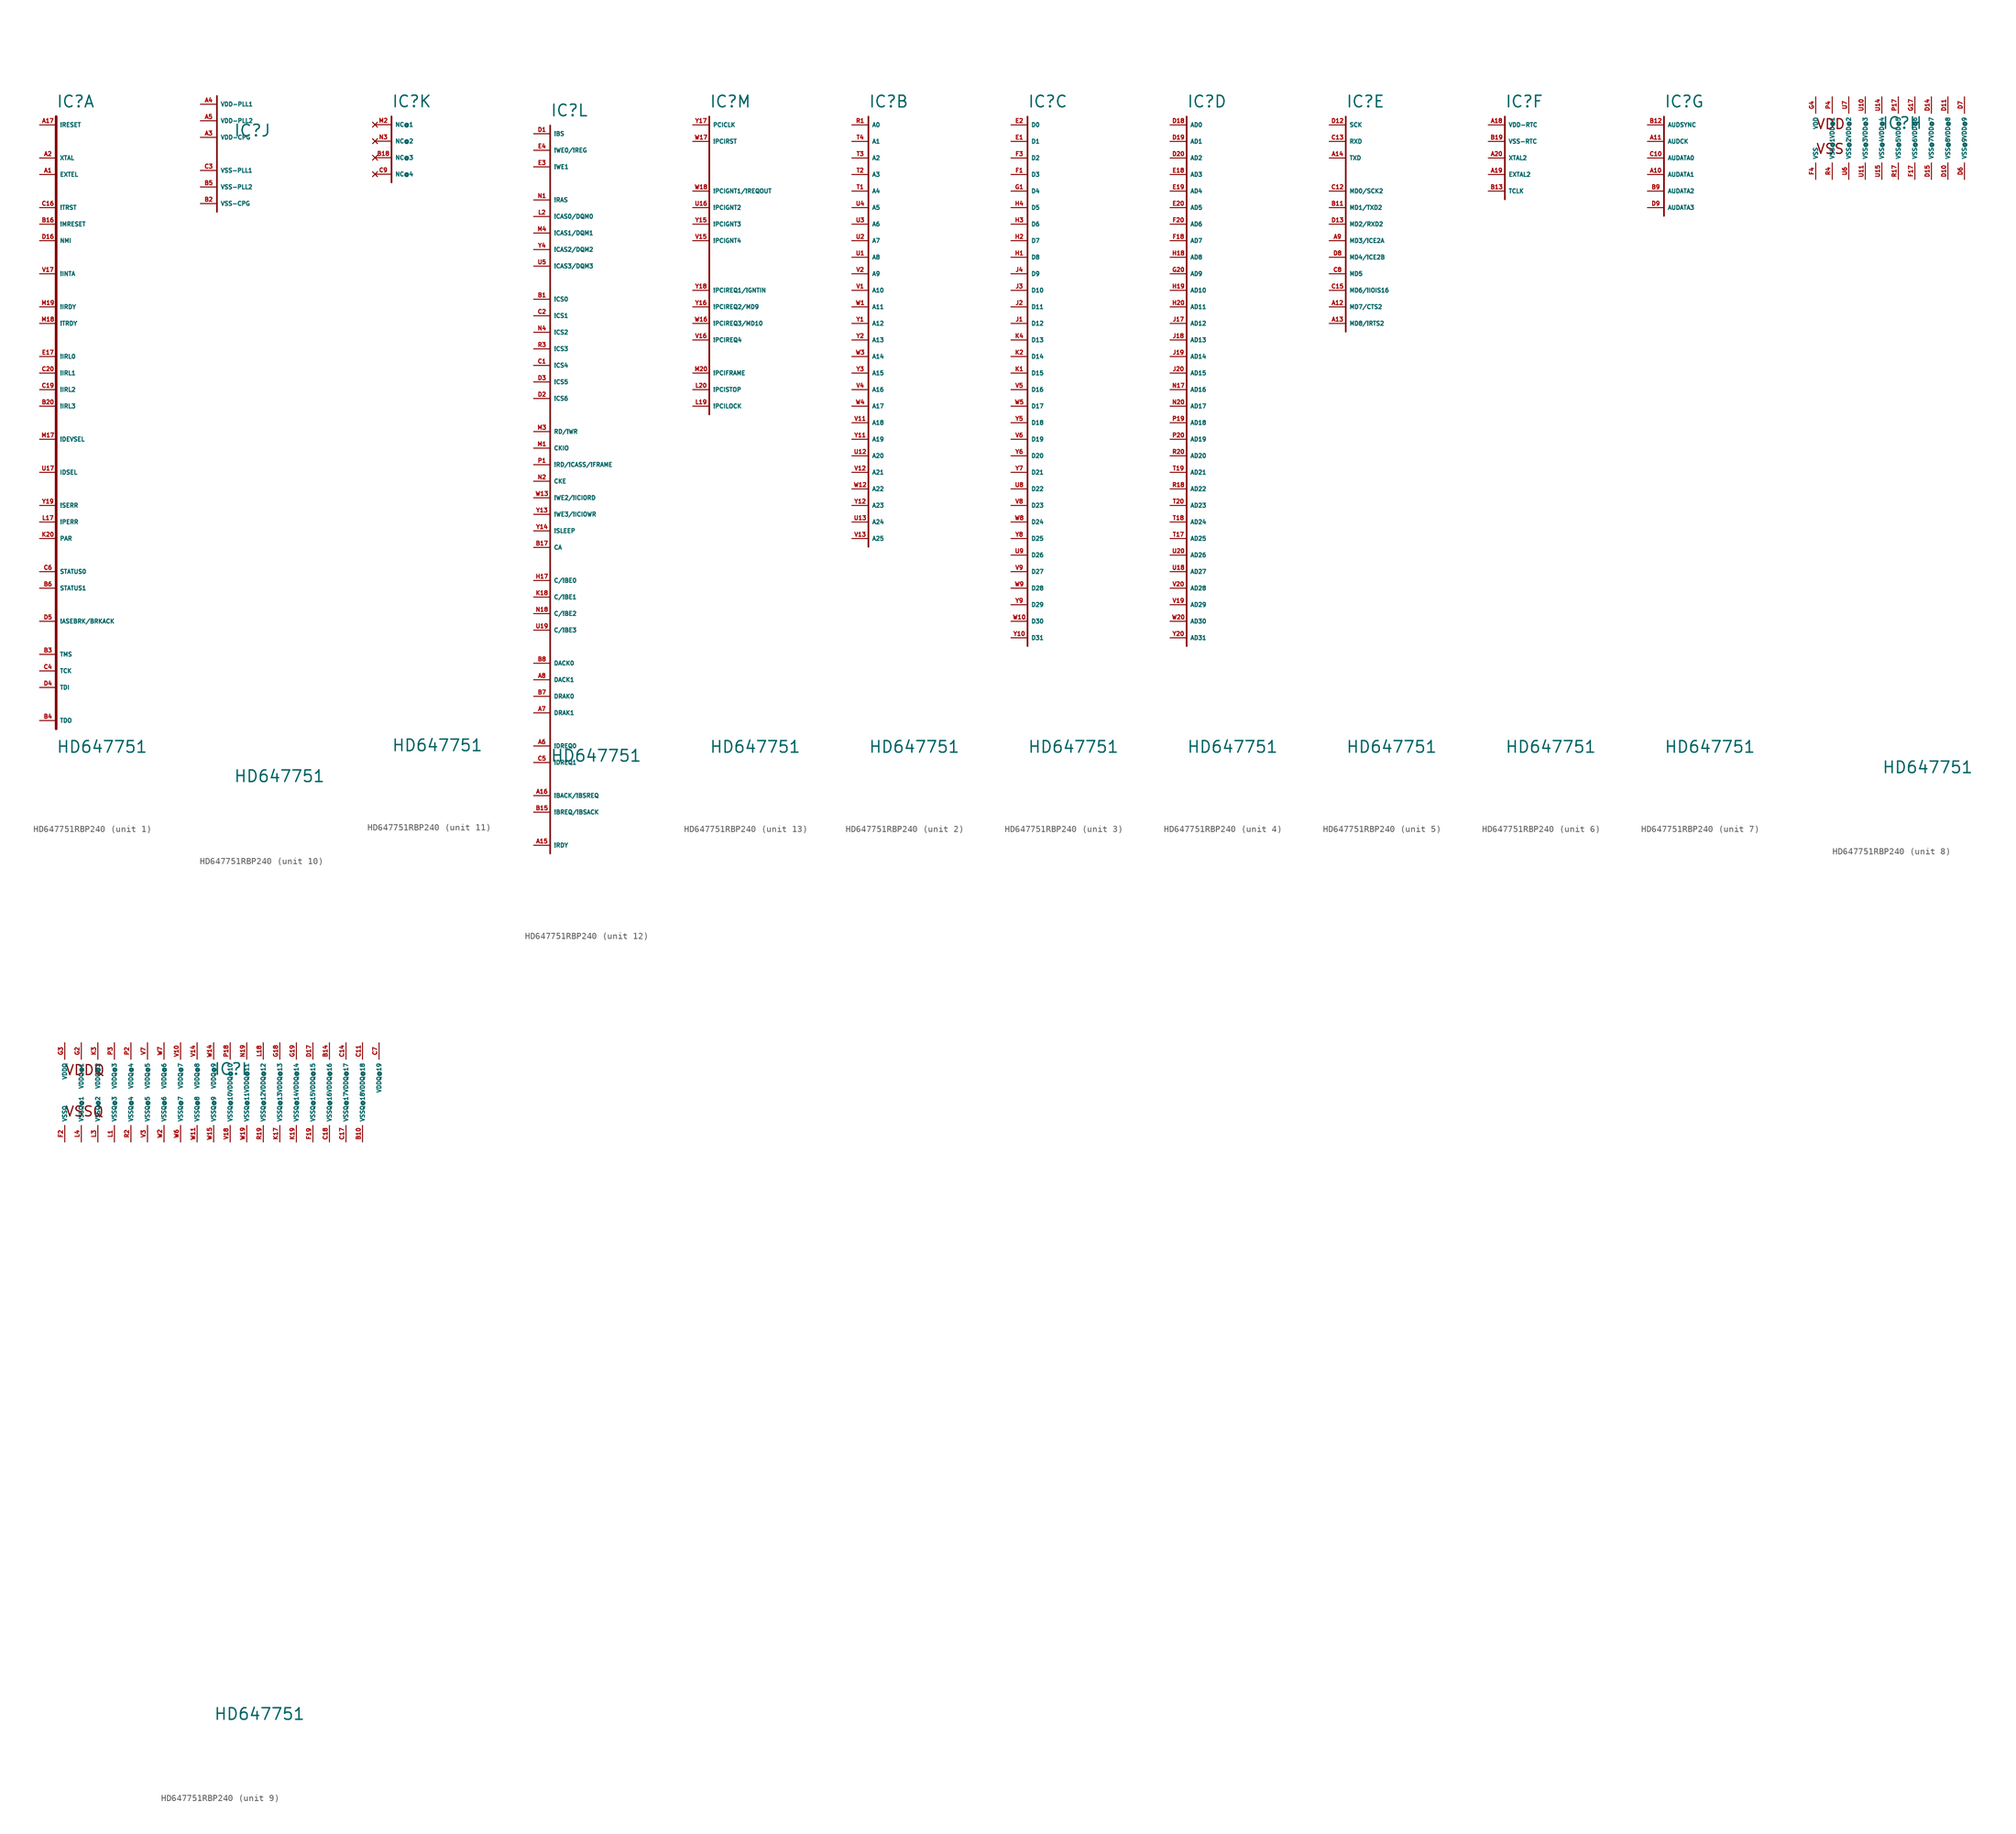
<source format=kicad_sym>
(kicad_symbol_lib
  (version 20220914)
  (generator Eagle2Kicad)
  (symbol "HD647751RBP240"
    (property "Reference" "IC"
      (at 0 2.54 0)
      (effects (font (size 1.778 1.778) (thickness 0.22)) (justify left bottom)))
    (property "Value" "HD647751"
      (at 0 -96.52 0)
      (effects (font (size 1.778 1.778) (thickness 0.22)) (justify left bottom)))
    (symbol "HD647751RBP240_1_0"
      (polyline (pts (xy 0 1.27) (xy 0 -92.71)) (stroke (width 0.406) (type default)) (fill (type none)))
      (pin input line (at -2.54 -81.28 0) (length 2.54) (name "TMS" (effects (font (size 0.635 0.635) (thickness 0.08)) (justify left bottom))) (number "B3" (effects (font (size 0.635 0.635) (thickness 0.08)) (justify left bottom))))
      (pin input line (at -2.54 -83.82 0) (length 2.54) (name "TCK" (effects (font (size 0.635 0.635) (thickness 0.08)) (justify left bottom))) (number "C4" (effects (font (size 0.635 0.635) (thickness 0.08)) (justify left bottom))))
      (pin input line (at -2.54 -86.36 0) (length 2.54) (name "TDI" (effects (font (size 0.635 0.635) (thickness 0.08)) (justify left bottom))) (number "D4" (effects (font (size 0.635 0.635) (thickness 0.08)) (justify left bottom))))
      (pin input line (at -2.54 -53.34 0) (length 2.54) (name "IDSEL" (effects (font (size 0.635 0.635) (thickness 0.08)) (justify left bottom))) (number "U17" (effects (font (size 0.635 0.635) (thickness 0.08)) (justify left bottom))))
      (pin output line (at -2.54 -22.86 0) (length 2.54) (name "!INTA" (effects (font (size 0.635 0.635) (thickness 0.08)) (justify left bottom))) (number "V17" (effects (font (size 0.635 0.635) (thickness 0.08)) (justify left bottom))))
      (pin bidirectional line (at -2.54 -58.42 0) (length 2.54) (name "!SERR" (effects (font (size 0.635 0.635) (thickness 0.08)) (justify left bottom))) (number "Y19" (effects (font (size 0.635 0.635) (thickness 0.08)) (justify left bottom))))
      (pin bidirectional line (at -2.54 -27.94 0) (length 2.54) (name "!IRDY" (effects (font (size 0.635 0.635) (thickness 0.08)) (justify left bottom))) (number "M19" (effects (font (size 0.635 0.635) (thickness 0.08)) (justify left bottom))))
      (pin bidirectional line (at -2.54 -30.48 0) (length 2.54) (name "!TRDY" (effects (font (size 0.635 0.635) (thickness 0.08)) (justify left bottom))) (number "M18" (effects (font (size 0.635 0.635) (thickness 0.08)) (justify left bottom))))
      (pin bidirectional line (at -2.54 -48.26 0) (length 2.54) (name "!DEVSEL" (effects (font (size 0.635 0.635) (thickness 0.08)) (justify left bottom))) (number "M17" (effects (font (size 0.635 0.635) (thickness 0.08)) (justify left bottom))))
      (pin bidirectional line (at -2.54 -60.96 0) (length 2.54) (name "!PERR" (effects (font (size 0.635 0.635) (thickness 0.08)) (justify left bottom))) (number "L17" (effects (font (size 0.635 0.635) (thickness 0.08)) (justify left bottom))))
      (pin bidirectional line (at -2.54 -63.5 0) (length 2.54) (name "PAR" (effects (font (size 0.635 0.635) (thickness 0.08)) (justify left bottom))) (number "K20" (effects (font (size 0.635 0.635) (thickness 0.08)) (justify left bottom))))
      (pin input line (at -2.54 -35.56 0) (length 2.54) (name "!IRL0" (effects (font (size 0.635 0.635) (thickness 0.08)) (justify left bottom))) (number "E17" (effects (font (size 0.635 0.635) (thickness 0.08)) (justify left bottom))))
      (pin input line (at -2.54 -38.1 0) (length 2.54) (name "!IRL1" (effects (font (size 0.635 0.635) (thickness 0.08)) (justify left bottom))) (number "C20" (effects (font (size 0.635 0.635) (thickness 0.08)) (justify left bottom))))
      (pin input line (at -2.54 -40.64 0) (length 2.54) (name "!IRL2" (effects (font (size 0.635 0.635) (thickness 0.08)) (justify left bottom))) (number "C19" (effects (font (size 0.635 0.635) (thickness 0.08)) (justify left bottom))))
      (pin input line (at -2.54 -43.18 0) (length 2.54) (name "!IRL3" (effects (font (size 0.635 0.635) (thickness 0.08)) (justify left bottom))) (number "B20" (effects (font (size 0.635 0.635) (thickness 0.08)) (justify left bottom))))
      (pin input line (at -2.54 0 0) (length 2.54) (name "!RESET" (effects (font (size 0.635 0.635) (thickness 0.08)) (justify left bottom))) (number "A17" (effects (font (size 0.635 0.635) (thickness 0.08)) (justify left bottom))))
      (pin input line (at -2.54 -12.7 0) (length 2.54) (name "!TRST" (effects (font (size 0.635 0.635) (thickness 0.08)) (justify left bottom))) (number "C16" (effects (font (size 0.635 0.635) (thickness 0.08)) (justify left bottom))))
      (pin input line (at -2.54 -15.24 0) (length 2.54) (name "!MRESET" (effects (font (size 0.635 0.635) (thickness 0.08)) (justify left bottom))) (number "B16" (effects (font (size 0.635 0.635) (thickness 0.08)) (justify left bottom))))
      (pin input line (at -2.54 -17.78 0) (length 2.54) (name "NMI" (effects (font (size 0.635 0.635) (thickness 0.08)) (justify left bottom))) (number "D16" (effects (font (size 0.635 0.635) (thickness 0.08)) (justify left bottom))))
      (pin output line (at -2.54 -68.58 0) (length 2.54) (name "STATUS0" (effects (font (size 0.635 0.635) (thickness 0.08)) (justify left bottom))) (number "C6" (effects (font (size 0.635 0.635) (thickness 0.08)) (justify left bottom))))
      (pin output line (at -2.54 -71.12 0) (length 2.54) (name "STATUS1" (effects (font (size 0.635 0.635) (thickness 0.08)) (justify left bottom))) (number "B6" (effects (font (size 0.635 0.635) (thickness 0.08)) (justify left bottom))))
      (pin bidirectional line (at -2.54 -76.2 0) (length 2.54) (name "!ASEBRK/BRKACK" (effects (font (size 0.635 0.635) (thickness 0.08)) (justify left bottom))) (number "D5" (effects (font (size 0.635 0.635) (thickness 0.08)) (justify left bottom))))
      (pin output line (at -2.54 -91.44 0) (length 2.54) (name "TDO" (effects (font (size 0.635 0.635) (thickness 0.08)) (justify left bottom))) (number "B4" (effects (font (size 0.635 0.635) (thickness 0.08)) (justify left bottom))))
      (pin output line (at -2.54 -5.08 0) (length 2.54) (name "XTAL" (effects (font (size 0.635 0.635) (thickness 0.08)) (justify left bottom))) (number "A2" (effects (font (size 0.635 0.635) (thickness 0.08)) (justify left bottom))))
      (pin input line (at -2.54 -7.62 0) (length 2.54) (name "EXTEL" (effects (font (size 0.635 0.635) (thickness 0.08)) (justify left bottom))) (number "A1" (effects (font (size 0.635 0.635) (thickness 0.08)) (justify left bottom)))))
    (symbol "HD647751RBP240_2_0"
      (polyline (pts (xy 0 1.27) (xy 0 -64.77)) (stroke (width 0.254) (type default)) (fill (type none)))
      (pin output line (at -2.54 0 0) (length 2.54) (name "A0" (effects (font (size 0.635 0.635) (thickness 0.08)) (justify left bottom))) (number "R1" (effects (font (size 0.635 0.635) (thickness 0.08)) (justify left bottom))))
      (pin output line (at -2.54 -2.54 0) (length 2.54) (name "A1" (effects (font (size 0.635 0.635) (thickness 0.08)) (justify left bottom))) (number "T4" (effects (font (size 0.635 0.635) (thickness 0.08)) (justify left bottom))))
      (pin output line (at -2.54 -5.08 0) (length 2.54) (name "A2" (effects (font (size 0.635 0.635) (thickness 0.08)) (justify left bottom))) (number "T3" (effects (font (size 0.635 0.635) (thickness 0.08)) (justify left bottom))))
      (pin output line (at -2.54 -7.62 0) (length 2.54) (name "A3" (effects (font (size 0.635 0.635) (thickness 0.08)) (justify left bottom))) (number "T2" (effects (font (size 0.635 0.635) (thickness 0.08)) (justify left bottom))))
      (pin output line (at -2.54 -10.16 0) (length 2.54) (name "A4" (effects (font (size 0.635 0.635) (thickness 0.08)) (justify left bottom))) (number "T1" (effects (font (size 0.635 0.635) (thickness 0.08)) (justify left bottom))))
      (pin output line (at -2.54 -12.7 0) (length 2.54) (name "A5" (effects (font (size 0.635 0.635) (thickness 0.08)) (justify left bottom))) (number "U4" (effects (font (size 0.635 0.635) (thickness 0.08)) (justify left bottom))))
      (pin output line (at -2.54 -15.24 0) (length 2.54) (name "A6" (effects (font (size 0.635 0.635) (thickness 0.08)) (justify left bottom))) (number "U3" (effects (font (size 0.635 0.635) (thickness 0.08)) (justify left bottom))))
      (pin output line (at -2.54 -17.78 0) (length 2.54) (name "A7" (effects (font (size 0.635 0.635) (thickness 0.08)) (justify left bottom))) (number "U2" (effects (font (size 0.635 0.635) (thickness 0.08)) (justify left bottom))))
      (pin output line (at -2.54 -20.32 0) (length 2.54) (name "A8" (effects (font (size 0.635 0.635) (thickness 0.08)) (justify left bottom))) (number "U1" (effects (font (size 0.635 0.635) (thickness 0.08)) (justify left bottom))))
      (pin output line (at -2.54 -22.86 0) (length 2.54) (name "A9" (effects (font (size 0.635 0.635) (thickness 0.08)) (justify left bottom))) (number "V2" (effects (font (size 0.635 0.635) (thickness 0.08)) (justify left bottom))))
      (pin output line (at -2.54 -25.4 0) (length 2.54) (name "A10" (effects (font (size 0.635 0.635) (thickness 0.08)) (justify left bottom))) (number "V1" (effects (font (size 0.635 0.635) (thickness 0.08)) (justify left bottom))))
      (pin output line (at -2.54 -27.94 0) (length 2.54) (name "A11" (effects (font (size 0.635 0.635) (thickness 0.08)) (justify left bottom))) (number "W1" (effects (font (size 0.635 0.635) (thickness 0.08)) (justify left bottom))))
      (pin output line (at -2.54 -30.48 0) (length 2.54) (name "A12" (effects (font (size 0.635 0.635) (thickness 0.08)) (justify left bottom))) (number "Y1" (effects (font (size 0.635 0.635) (thickness 0.08)) (justify left bottom))))
      (pin output line (at -2.54 -33.02 0) (length 2.54) (name "A13" (effects (font (size 0.635 0.635) (thickness 0.08)) (justify left bottom))) (number "Y2" (effects (font (size 0.635 0.635) (thickness 0.08)) (justify left bottom))))
      (pin output line (at -2.54 -35.56 0) (length 2.54) (name "A14" (effects (font (size 0.635 0.635) (thickness 0.08)) (justify left bottom))) (number "W3" (effects (font (size 0.635 0.635) (thickness 0.08)) (justify left bottom))))
      (pin output line (at -2.54 -38.1 0) (length 2.54) (name "A15" (effects (font (size 0.635 0.635) (thickness 0.08)) (justify left bottom))) (number "Y3" (effects (font (size 0.635 0.635) (thickness 0.08)) (justify left bottom))))
      (pin output line (at -2.54 -40.64 0) (length 2.54) (name "A16" (effects (font (size 0.635 0.635) (thickness 0.08)) (justify left bottom))) (number "V4" (effects (font (size 0.635 0.635) (thickness 0.08)) (justify left bottom))))
      (pin output line (at -2.54 -43.18 0) (length 2.54) (name "A17" (effects (font (size 0.635 0.635) (thickness 0.08)) (justify left bottom))) (number "W4" (effects (font (size 0.635 0.635) (thickness 0.08)) (justify left bottom))))
      (pin output line (at -2.54 -45.72 0) (length 2.54) (name "A18" (effects (font (size 0.635 0.635) (thickness 0.08)) (justify left bottom))) (number "V11" (effects (font (size 0.635 0.635) (thickness 0.08)) (justify left bottom))))
      (pin output line (at -2.54 -48.26 0) (length 2.54) (name "A19" (effects (font (size 0.635 0.635) (thickness 0.08)) (justify left bottom))) (number "Y11" (effects (font (size 0.635 0.635) (thickness 0.08)) (justify left bottom))))
      (pin output line (at -2.54 -50.8 0) (length 2.54) (name "A20" (effects (font (size 0.635 0.635) (thickness 0.08)) (justify left bottom))) (number "U12" (effects (font (size 0.635 0.635) (thickness 0.08)) (justify left bottom))))
      (pin output line (at -2.54 -53.34 0) (length 2.54) (name "A21" (effects (font (size 0.635 0.635) (thickness 0.08)) (justify left bottom))) (number "V12" (effects (font (size 0.635 0.635) (thickness 0.08)) (justify left bottom))))
      (pin output line (at -2.54 -55.88 0) (length 2.54) (name "A22" (effects (font (size 0.635 0.635) (thickness 0.08)) (justify left bottom))) (number "W12" (effects (font (size 0.635 0.635) (thickness 0.08)) (justify left bottom))))
      (pin output line (at -2.54 -58.42 0) (length 2.54) (name "A23" (effects (font (size 0.635 0.635) (thickness 0.08)) (justify left bottom))) (number "Y12" (effects (font (size 0.635 0.635) (thickness 0.08)) (justify left bottom))))
      (pin output line (at -2.54 -60.96 0) (length 2.54) (name "A24" (effects (font (size 0.635 0.635) (thickness 0.08)) (justify left bottom))) (number "U13" (effects (font (size 0.635 0.635) (thickness 0.08)) (justify left bottom))))
      (pin output line (at -2.54 -63.5 0) (length 2.54) (name "A25" (effects (font (size 0.635 0.635) (thickness 0.08)) (justify left bottom))) (number "V13" (effects (font (size 0.635 0.635) (thickness 0.08)) (justify left bottom)))))
    (symbol "HD647751RBP240_3_0"
      (polyline (pts (xy 0 1.27) (xy 0 -80.01)) (stroke (width 0.254) (type default)) (fill (type none)))
      (pin bidirectional line (at -2.54 0 0) (length 2.54) (name "D0" (effects (font (size 0.635 0.635) (thickness 0.08)) (justify left bottom))) (number "E2" (effects (font (size 0.635 0.635) (thickness 0.08)) (justify left bottom))))
      (pin bidirectional line (at -2.54 -2.54 0) (length 2.54) (name "D1" (effects (font (size 0.635 0.635) (thickness 0.08)) (justify left bottom))) (number "E1" (effects (font (size 0.635 0.635) (thickness 0.08)) (justify left bottom))))
      (pin bidirectional line (at -2.54 -5.08 0) (length 2.54) (name "D2" (effects (font (size 0.635 0.635) (thickness 0.08)) (justify left bottom))) (number "F3" (effects (font (size 0.635 0.635) (thickness 0.08)) (justify left bottom))))
      (pin bidirectional line (at -2.54 -7.62 0) (length 2.54) (name "D3" (effects (font (size 0.635 0.635) (thickness 0.08)) (justify left bottom))) (number "F1" (effects (font (size 0.635 0.635) (thickness 0.08)) (justify left bottom))))
      (pin bidirectional line (at -2.54 -10.16 0) (length 2.54) (name "D4" (effects (font (size 0.635 0.635) (thickness 0.08)) (justify left bottom))) (number "G1" (effects (font (size 0.635 0.635) (thickness 0.08)) (justify left bottom))))
      (pin bidirectional line (at -2.54 -12.7 0) (length 2.54) (name "D5" (effects (font (size 0.635 0.635) (thickness 0.08)) (justify left bottom))) (number "H4" (effects (font (size 0.635 0.635) (thickness 0.08)) (justify left bottom))))
      (pin bidirectional line (at -2.54 -15.24 0) (length 2.54) (name "D6" (effects (font (size 0.635 0.635) (thickness 0.08)) (justify left bottom))) (number "H3" (effects (font (size 0.635 0.635) (thickness 0.08)) (justify left bottom))))
      (pin bidirectional line (at -2.54 -17.78 0) (length 2.54) (name "D7" (effects (font (size 0.635 0.635) (thickness 0.08)) (justify left bottom))) (number "H2" (effects (font (size 0.635 0.635) (thickness 0.08)) (justify left bottom))))
      (pin bidirectional line (at -2.54 -20.32 0) (length 2.54) (name "D8" (effects (font (size 0.635 0.635) (thickness 0.08)) (justify left bottom))) (number "H1" (effects (font (size 0.635 0.635) (thickness 0.08)) (justify left bottom))))
      (pin bidirectional line (at -2.54 -22.86 0) (length 2.54) (name "D9" (effects (font (size 0.635 0.635) (thickness 0.08)) (justify left bottom))) (number "J4" (effects (font (size 0.635 0.635) (thickness 0.08)) (justify left bottom))))
      (pin bidirectional line (at -2.54 -25.4 0) (length 2.54) (name "D10" (effects (font (size 0.635 0.635) (thickness 0.08)) (justify left bottom))) (number "J3" (effects (font (size 0.635 0.635) (thickness 0.08)) (justify left bottom))))
      (pin bidirectional line (at -2.54 -27.94 0) (length 2.54) (name "D11" (effects (font (size 0.635 0.635) (thickness 0.08)) (justify left bottom))) (number "J2" (effects (font (size 0.635 0.635) (thickness 0.08)) (justify left bottom))))
      (pin bidirectional line (at -2.54 -30.48 0) (length 2.54) (name "D12" (effects (font (size 0.635 0.635) (thickness 0.08)) (justify left bottom))) (number "J1" (effects (font (size 0.635 0.635) (thickness 0.08)) (justify left bottom))))
      (pin bidirectional line (at -2.54 -33.02 0) (length 2.54) (name "D13" (effects (font (size 0.635 0.635) (thickness 0.08)) (justify left bottom))) (number "K4" (effects (font (size 0.635 0.635) (thickness 0.08)) (justify left bottom))))
      (pin bidirectional line (at -2.54 -35.56 0) (length 2.54) (name "D14" (effects (font (size 0.635 0.635) (thickness 0.08)) (justify left bottom))) (number "K2" (effects (font (size 0.635 0.635) (thickness 0.08)) (justify left bottom))))
      (pin bidirectional line (at -2.54 -38.1 0) (length 2.54) (name "D15" (effects (font (size 0.635 0.635) (thickness 0.08)) (justify left bottom))) (number "K1" (effects (font (size 0.635 0.635) (thickness 0.08)) (justify left bottom))))
      (pin bidirectional line (at -2.54 -40.64 0) (length 2.54) (name "D16" (effects (font (size 0.635 0.635) (thickness 0.08)) (justify left bottom))) (number "V5" (effects (font (size 0.635 0.635) (thickness 0.08)) (justify left bottom))))
      (pin bidirectional line (at -2.54 -43.18 0) (length 2.54) (name "D17" (effects (font (size 0.635 0.635) (thickness 0.08)) (justify left bottom))) (number "W5" (effects (font (size 0.635 0.635) (thickness 0.08)) (justify left bottom))))
      (pin bidirectional line (at -2.54 -45.72 0) (length 2.54) (name "D18" (effects (font (size 0.635 0.635) (thickness 0.08)) (justify left bottom))) (number "Y5" (effects (font (size 0.635 0.635) (thickness 0.08)) (justify left bottom))))
      (pin bidirectional line (at -2.54 -48.26 0) (length 2.54) (name "D19" (effects (font (size 0.635 0.635) (thickness 0.08)) (justify left bottom))) (number "V6" (effects (font (size 0.635 0.635) (thickness 0.08)) (justify left bottom))))
      (pin bidirectional line (at -2.54 -50.8 0) (length 2.54) (name "D20" (effects (font (size 0.635 0.635) (thickness 0.08)) (justify left bottom))) (number "Y6" (effects (font (size 0.635 0.635) (thickness 0.08)) (justify left bottom))))
      (pin bidirectional line (at -2.54 -53.34 0) (length 2.54) (name "D21" (effects (font (size 0.635 0.635) (thickness 0.08)) (justify left bottom))) (number "Y7" (effects (font (size 0.635 0.635) (thickness 0.08)) (justify left bottom))))
      (pin bidirectional line (at -2.54 -55.88 0) (length 2.54) (name "D22" (effects (font (size 0.635 0.635) (thickness 0.08)) (justify left bottom))) (number "U8" (effects (font (size 0.635 0.635) (thickness 0.08)) (justify left bottom))))
      (pin bidirectional line (at -2.54 -58.42 0) (length 2.54) (name "D23" (effects (font (size 0.635 0.635) (thickness 0.08)) (justify left bottom))) (number "V8" (effects (font (size 0.635 0.635) (thickness 0.08)) (justify left bottom))))
      (pin bidirectional line (at -2.54 -60.96 0) (length 2.54) (name "D24" (effects (font (size 0.635 0.635) (thickness 0.08)) (justify left bottom))) (number "W8" (effects (font (size 0.635 0.635) (thickness 0.08)) (justify left bottom))))
      (pin bidirectional line (at -2.54 -63.5 0) (length 2.54) (name "D25" (effects (font (size 0.635 0.635) (thickness 0.08)) (justify left bottom))) (number "Y8" (effects (font (size 0.635 0.635) (thickness 0.08)) (justify left bottom))))
      (pin bidirectional line (at -2.54 -66.04 0) (length 2.54) (name "D26" (effects (font (size 0.635 0.635) (thickness 0.08)) (justify left bottom))) (number "U9" (effects (font (size 0.635 0.635) (thickness 0.08)) (justify left bottom))))
      (pin bidirectional line (at -2.54 -68.58 0) (length 2.54) (name "D27" (effects (font (size 0.635 0.635) (thickness 0.08)) (justify left bottom))) (number "V9" (effects (font (size 0.635 0.635) (thickness 0.08)) (justify left bottom))))
      (pin bidirectional line (at -2.54 -71.12 0) (length 2.54) (name "D28" (effects (font (size 0.635 0.635) (thickness 0.08)) (justify left bottom))) (number "W9" (effects (font (size 0.635 0.635) (thickness 0.08)) (justify left bottom))))
      (pin bidirectional line (at -2.54 -73.66 0) (length 2.54) (name "D29" (effects (font (size 0.635 0.635) (thickness 0.08)) (justify left bottom))) (number "Y9" (effects (font (size 0.635 0.635) (thickness 0.08)) (justify left bottom))))
      (pin bidirectional line (at -2.54 -76.2 0) (length 2.54) (name "D30" (effects (font (size 0.635 0.635) (thickness 0.08)) (justify left bottom))) (number "W10" (effects (font (size 0.635 0.635) (thickness 0.08)) (justify left bottom))))
      (pin bidirectional line (at -2.54 -78.74 0) (length 2.54) (name "D31" (effects (font (size 0.635 0.635) (thickness 0.08)) (justify left bottom))) (number "Y10" (effects (font (size 0.635 0.635) (thickness 0.08)) (justify left bottom)))))
    (symbol "HD647751RBP240_4_0"
      (polyline (pts (xy 0 1.27) (xy 0 -80.01)) (stroke (width 0.254) (type default)) (fill (type none)))
      (pin bidirectional line (at -2.54 0 0) (length 2.54) (name "AD0" (effects (font (size 0.635 0.635) (thickness 0.08)) (justify left bottom))) (number "D18" (effects (font (size 0.635 0.635) (thickness 0.08)) (justify left bottom))))
      (pin bidirectional line (at -2.54 -2.54 0) (length 2.54) (name "AD1" (effects (font (size 0.635 0.635) (thickness 0.08)) (justify left bottom))) (number "D19" (effects (font (size 0.635 0.635) (thickness 0.08)) (justify left bottom))))
      (pin bidirectional line (at -2.54 -5.08 0) (length 2.54) (name "AD2" (effects (font (size 0.635 0.635) (thickness 0.08)) (justify left bottom))) (number "D20" (effects (font (size 0.635 0.635) (thickness 0.08)) (justify left bottom))))
      (pin bidirectional line (at -2.54 -7.62 0) (length 2.54) (name "AD3" (effects (font (size 0.635 0.635) (thickness 0.08)) (justify left bottom))) (number "E18" (effects (font (size 0.635 0.635) (thickness 0.08)) (justify left bottom))))
      (pin bidirectional line (at -2.54 -10.16 0) (length 2.54) (name "AD4" (effects (font (size 0.635 0.635) (thickness 0.08)) (justify left bottom))) (number "E19" (effects (font (size 0.635 0.635) (thickness 0.08)) (justify left bottom))))
      (pin bidirectional line (at -2.54 -12.7 0) (length 2.54) (name "AD5" (effects (font (size 0.635 0.635) (thickness 0.08)) (justify left bottom))) (number "E20" (effects (font (size 0.635 0.635) (thickness 0.08)) (justify left bottom))))
      (pin bidirectional line (at -2.54 -15.24 0) (length 2.54) (name "AD6" (effects (font (size 0.635 0.635) (thickness 0.08)) (justify left bottom))) (number "F20" (effects (font (size 0.635 0.635) (thickness 0.08)) (justify left bottom))))
      (pin bidirectional line (at -2.54 -17.78 0) (length 2.54) (name "AD7" (effects (font (size 0.635 0.635) (thickness 0.08)) (justify left bottom))) (number "F18" (effects (font (size 0.635 0.635) (thickness 0.08)) (justify left bottom))))
      (pin bidirectional line (at -2.54 -20.32 0) (length 2.54) (name "AD8" (effects (font (size 0.635 0.635) (thickness 0.08)) (justify left bottom))) (number "H18" (effects (font (size 0.635 0.635) (thickness 0.08)) (justify left bottom))))
      (pin bidirectional line (at -2.54 -22.86 0) (length 2.54) (name "AD9" (effects (font (size 0.635 0.635) (thickness 0.08)) (justify left bottom))) (number "G20" (effects (font (size 0.635 0.635) (thickness 0.08)) (justify left bottom))))
      (pin bidirectional line (at -2.54 -25.4 0) (length 2.54) (name "AD10" (effects (font (size 0.635 0.635) (thickness 0.08)) (justify left bottom))) (number "H19" (effects (font (size 0.635 0.635) (thickness 0.08)) (justify left bottom))))
      (pin bidirectional line (at -2.54 -27.94 0) (length 2.54) (name "AD11" (effects (font (size 0.635 0.635) (thickness 0.08)) (justify left bottom))) (number "H20" (effects (font (size 0.635 0.635) (thickness 0.08)) (justify left bottom))))
      (pin bidirectional line (at -2.54 -30.48 0) (length 2.54) (name "AD12" (effects (font (size 0.635 0.635) (thickness 0.08)) (justify left bottom))) (number "J17" (effects (font (size 0.635 0.635) (thickness 0.08)) (justify left bottom))))
      (pin bidirectional line (at -2.54 -33.02 0) (length 2.54) (name "AD13" (effects (font (size 0.635 0.635) (thickness 0.08)) (justify left bottom))) (number "J18" (effects (font (size 0.635 0.635) (thickness 0.08)) (justify left bottom))))
      (pin bidirectional line (at -2.54 -35.56 0) (length 2.54) (name "AD14" (effects (font (size 0.635 0.635) (thickness 0.08)) (justify left bottom))) (number "J19" (effects (font (size 0.635 0.635) (thickness 0.08)) (justify left bottom))))
      (pin bidirectional line (at -2.54 -38.1 0) (length 2.54) (name "AD15" (effects (font (size 0.635 0.635) (thickness 0.08)) (justify left bottom))) (number "J20" (effects (font (size 0.635 0.635) (thickness 0.08)) (justify left bottom))))
      (pin bidirectional line (at -2.54 -40.64 0) (length 2.54) (name "AD16" (effects (font (size 0.635 0.635) (thickness 0.08)) (justify left bottom))) (number "N17" (effects (font (size 0.635 0.635) (thickness 0.08)) (justify left bottom))))
      (pin bidirectional line (at -2.54 -43.18 0) (length 2.54) (name "AD17" (effects (font (size 0.635 0.635) (thickness 0.08)) (justify left bottom))) (number "N20" (effects (font (size 0.635 0.635) (thickness 0.08)) (justify left bottom))))
      (pin bidirectional line (at -2.54 -45.72 0) (length 2.54) (name "AD18" (effects (font (size 0.635 0.635) (thickness 0.08)) (justify left bottom))) (number "P19" (effects (font (size 0.635 0.635) (thickness 0.08)) (justify left bottom))))
      (pin bidirectional line (at -2.54 -48.26 0) (length 2.54) (name "AD19" (effects (font (size 0.635 0.635) (thickness 0.08)) (justify left bottom))) (number "P20" (effects (font (size 0.635 0.635) (thickness 0.08)) (justify left bottom))))
      (pin bidirectional line (at -2.54 -50.8 0) (length 2.54) (name "AD20" (effects (font (size 0.635 0.635) (thickness 0.08)) (justify left bottom))) (number "R20" (effects (font (size 0.635 0.635) (thickness 0.08)) (justify left bottom))))
      (pin bidirectional line (at -2.54 -53.34 0) (length 2.54) (name "AD21" (effects (font (size 0.635 0.635) (thickness 0.08)) (justify left bottom))) (number "T19" (effects (font (size 0.635 0.635) (thickness 0.08)) (justify left bottom))))
      (pin bidirectional line (at -2.54 -55.88 0) (length 2.54) (name "AD22" (effects (font (size 0.635 0.635) (thickness 0.08)) (justify left bottom))) (number "R18" (effects (font (size 0.635 0.635) (thickness 0.08)) (justify left bottom))))
      (pin bidirectional line (at -2.54 -58.42 0) (length 2.54) (name "AD23" (effects (font (size 0.635 0.635) (thickness 0.08)) (justify left bottom))) (number "T20" (effects (font (size 0.635 0.635) (thickness 0.08)) (justify left bottom))))
      (pin bidirectional line (at -2.54 -60.96 0) (length 2.54) (name "AD24" (effects (font (size 0.635 0.635) (thickness 0.08)) (justify left bottom))) (number "T18" (effects (font (size 0.635 0.635) (thickness 0.08)) (justify left bottom))))
      (pin bidirectional line (at -2.54 -63.5 0) (length 2.54) (name "AD25" (effects (font (size 0.635 0.635) (thickness 0.08)) (justify left bottom))) (number "T17" (effects (font (size 0.635 0.635) (thickness 0.08)) (justify left bottom))))
      (pin bidirectional line (at -2.54 -66.04 0) (length 2.54) (name "AD26" (effects (font (size 0.635 0.635) (thickness 0.08)) (justify left bottom))) (number "U20" (effects (font (size 0.635 0.635) (thickness 0.08)) (justify left bottom))))
      (pin bidirectional line (at -2.54 -68.58 0) (length 2.54) (name "AD27" (effects (font (size 0.635 0.635) (thickness 0.08)) (justify left bottom))) (number "U18" (effects (font (size 0.635 0.635) (thickness 0.08)) (justify left bottom))))
      (pin bidirectional line (at -2.54 -71.12 0) (length 2.54) (name "AD28" (effects (font (size 0.635 0.635) (thickness 0.08)) (justify left bottom))) (number "V20" (effects (font (size 0.635 0.635) (thickness 0.08)) (justify left bottom))))
      (pin bidirectional line (at -2.54 -73.66 0) (length 2.54) (name "AD29" (effects (font (size 0.635 0.635) (thickness 0.08)) (justify left bottom))) (number "V19" (effects (font (size 0.635 0.635) (thickness 0.08)) (justify left bottom))))
      (pin bidirectional line (at -2.54 -76.2 0) (length 2.54) (name "AD30" (effects (font (size 0.635 0.635) (thickness 0.08)) (justify left bottom))) (number "W20" (effects (font (size 0.635 0.635) (thickness 0.08)) (justify left bottom))))
      (pin bidirectional line (at -2.54 -78.74 0) (length 2.54) (name "AD31" (effects (font (size 0.635 0.635) (thickness 0.08)) (justify left bottom))) (number "Y20" (effects (font (size 0.635 0.635) (thickness 0.08)) (justify left bottom)))))
    (symbol "HD647751RBP240_5_0"
      (polyline (pts (xy 0 1.27) (xy 0 -31.75)) (stroke (width 0.254) (type default)) (fill (type none)))
      (pin output line (at -2.54 -5.08 0) (length 2.54) (name "TXD" (effects (font (size 0.635 0.635) (thickness 0.08)) (justify left bottom))) (number "A14" (effects (font (size 0.635 0.635) (thickness 0.08)) (justify left bottom))))
      (pin input line (at -2.54 -15.24 0) (length 2.54) (name "MD2/RXD2" (effects (font (size 0.635 0.635) (thickness 0.08)) (justify left bottom))) (number "D13" (effects (font (size 0.635 0.635) (thickness 0.08)) (justify left bottom))))
      (pin input line (at -2.54 -2.54 0) (length 2.54) (name "RXD" (effects (font (size 0.635 0.635) (thickness 0.08)) (justify left bottom))) (number "C13" (effects (font (size 0.635 0.635) (thickness 0.08)) (justify left bottom))))
      (pin bidirectional line (at -2.54 -30.48 0) (length 2.54) (name "MD8/!RTS2" (effects (font (size 0.635 0.635) (thickness 0.08)) (justify left bottom))) (number "A13" (effects (font (size 0.635 0.635) (thickness 0.08)) (justify left bottom))))
      (pin bidirectional line (at -2.54 0 0) (length 2.54) (name "SCK" (effects (font (size 0.635 0.635) (thickness 0.08)) (justify left bottom))) (number "D12" (effects (font (size 0.635 0.635) (thickness 0.08)) (justify left bottom))))
      (pin bidirectional line (at -2.54 -12.7 0) (length 2.54) (name "MD1/TXD2" (effects (font (size 0.635 0.635) (thickness 0.08)) (justify left bottom))) (number "B11" (effects (font (size 0.635 0.635) (thickness 0.08)) (justify left bottom))))
      (pin bidirectional line (at -2.54 -10.16 0) (length 2.54) (name "MD0/SCK2" (effects (font (size 0.635 0.635) (thickness 0.08)) (justify left bottom))) (number "C12" (effects (font (size 0.635 0.635) (thickness 0.08)) (justify left bottom))))
      (pin bidirectional line (at -2.54 -27.94 0) (length 2.54) (name "MD7/CTS2" (effects (font (size 0.635 0.635) (thickness 0.08)) (justify left bottom))) (number "A12" (effects (font (size 0.635 0.635) (thickness 0.08)) (justify left bottom))))
      (pin bidirectional line (at -2.54 -17.78 0) (length 2.54) (name "MD3/!CE2A" (effects (font (size 0.635 0.635) (thickness 0.08)) (justify left bottom))) (number "A9" (effects (font (size 0.635 0.635) (thickness 0.08)) (justify left bottom))))
      (pin bidirectional line (at -2.54 -20.32 0) (length 2.54) (name "MD4/!CE2B" (effects (font (size 0.635 0.635) (thickness 0.08)) (justify left bottom))) (number "D8" (effects (font (size 0.635 0.635) (thickness 0.08)) (justify left bottom))))
      (pin input line (at -2.54 -22.86 0) (length 2.54) (name "MD5" (effects (font (size 0.635 0.635) (thickness 0.08)) (justify left bottom))) (number "C8" (effects (font (size 0.635 0.635) (thickness 0.08)) (justify left bottom))))
      (pin input line (at -2.54 -25.4 0) (length 2.54) (name "MD6/!IOIS16" (effects (font (size 0.635 0.635) (thickness 0.08)) (justify left bottom))) (number "C15" (effects (font (size 0.635 0.635) (thickness 0.08)) (justify left bottom)))))
    (symbol "HD647751RBP240_6_0"
      (polyline (pts (xy 0 1.27) (xy 0 -11.43)) (stroke (width 0.254) (type default)) (fill (type none)))
      (pin output line (at -2.54 -5.08 0) (length 2.54) (name "XTAL2" (effects (font (size 0.635 0.635) (thickness 0.08)) (justify left bottom))) (number "A20" (effects (font (size 0.635 0.635) (thickness 0.08)) (justify left bottom))))
      (pin input line (at -2.54 -7.62 0) (length 2.54) (name "EXTAL2" (effects (font (size 0.635 0.635) (thickness 0.08)) (justify left bottom))) (number "A19" (effects (font (size 0.635 0.635) (thickness 0.08)) (justify left bottom))))
      (pin unspecified line (at -2.54 0 0) (length 2.54) (name "VDD-RTC" (effects (font (size 0.635 0.635) (thickness 0.08)) (justify left bottom))) (number "A18" (effects (font (size 0.635 0.635) (thickness 0.08)) (justify left bottom))))
      (pin unspecified line (at -2.54 -2.54 0) (length 2.54) (name "VSS-RTC" (effects (font (size 0.635 0.635) (thickness 0.08)) (justify left bottom))) (number "B19" (effects (font (size 0.635 0.635) (thickness 0.08)) (justify left bottom))))
      (pin bidirectional line (at -2.54 -10.16 0) (length 2.54) (name "TCLK" (effects (font (size 0.635 0.635) (thickness 0.08)) (justify left bottom))) (number "B13" (effects (font (size 0.635 0.635) (thickness 0.08)) (justify left bottom)))))
    (symbol "HD647751RBP240_7_0"
      (polyline (pts (xy 0 1.27) (xy 0 -13.97)) (stroke (width 0.254) (type default)) (fill (type none)))
      (pin passive line (at -2.54 0 0) (length 2.54) (name "AUDSYNC" (effects (font (size 0.635 0.635) (thickness 0.08)) (justify left bottom))) (number "B12" (effects (font (size 0.635 0.635) (thickness 0.08)) (justify left bottom))))
      (pin passive line (at -2.54 -2.54 0) (length 2.54) (name "AUDCK" (effects (font (size 0.635 0.635) (thickness 0.08)) (justify left bottom))) (number "A11" (effects (font (size 0.635 0.635) (thickness 0.08)) (justify left bottom))))
      (pin passive line (at -2.54 -5.08 0) (length 2.54) (name "AUDATA0" (effects (font (size 0.635 0.635) (thickness 0.08)) (justify left bottom))) (number "C10" (effects (font (size 0.635 0.635) (thickness 0.08)) (justify left bottom))))
      (pin passive line (at -2.54 -7.62 0) (length 2.54) (name "AUDATA1" (effects (font (size 0.635 0.635) (thickness 0.08)) (justify left bottom))) (number "A10" (effects (font (size 0.635 0.635) (thickness 0.08)) (justify left bottom))))
      (pin passive line (at -2.54 -10.16 0) (length 2.54) (name "AUDATA2" (effects (font (size 0.635 0.635) (thickness 0.08)) (justify left bottom))) (number "B9" (effects (font (size 0.635 0.635) (thickness 0.08)) (justify left bottom))))
      (pin passive line (at -2.54 -12.7 0) (length 2.54) (name "AUDATA3" (effects (font (size 0.635 0.635) (thickness 0.08)) (justify left bottom))) (number "D9" (effects (font (size 0.635 0.635) (thickness 0.08)) (justify left bottom)))))
    (symbol "HD647751RBP240_8_0"
      (text "VDD" (at -10.16 2.54 0) (effects (font (size 1.524 1.524) (thickness 0.19)) (justify left bottom)))
      (text "VSS" (at -10.16 -1.27 0) (effects (font (size 1.524 1.524) (thickness 0.19)) (justify left bottom)))
      (pin unspecified line (at -10.16 7.62 270) (length 2.54) (name "VDD" (effects (font (size 0.635 0.635) (thickness 0.08)) (justify left bottom))) (number "G4" (effects (font (size 0.635 0.635) (thickness 0.08)) (justify left bottom))))
      (pin unspecified line (at -10.16 -5.08 90) (length 2.54) (name "VSS" (effects (font (size 0.635 0.635) (thickness 0.08)) (justify left bottom))) (number "F4" (effects (font (size 0.635 0.635) (thickness 0.08)) (justify left bottom))))
      (pin unspecified line (at -7.62 7.62 270) (length 2.54) (name "VDD@1" (effects (font (size 0.635 0.635) (thickness 0.08)) (justify left bottom))) (number "P4" (effects (font (size 0.635 0.635) (thickness 0.08)) (justify left bottom))))
      (pin unspecified line (at -7.62 -5.08 90) (length 2.54) (name "VSS@1" (effects (font (size 0.635 0.635) (thickness 0.08)) (justify left bottom))) (number "R4" (effects (font (size 0.635 0.635) (thickness 0.08)) (justify left bottom))))
      (pin unspecified line (at -5.08 7.62 270) (length 2.54) (name "VDD@2" (effects (font (size 0.635 0.635) (thickness 0.08)) (justify left bottom))) (number "U7" (effects (font (size 0.635 0.635) (thickness 0.08)) (justify left bottom))))
      (pin unspecified line (at -5.08 -5.08 90) (length 2.54) (name "VSS@2" (effects (font (size 0.635 0.635) (thickness 0.08)) (justify left bottom))) (number "U6" (effects (font (size 0.635 0.635) (thickness 0.08)) (justify left bottom))))
      (pin unspecified line (at -2.54 7.62 270) (length 2.54) (name "VDD@3" (effects (font (size 0.635 0.635) (thickness 0.08)) (justify left bottom))) (number "U10" (effects (font (size 0.635 0.635) (thickness 0.08)) (justify left bottom))))
      (pin unspecified line (at -2.54 -5.08 90) (length 2.54) (name "VSS@3" (effects (font (size 0.635 0.635) (thickness 0.08)) (justify left bottom))) (number "U11" (effects (font (size 0.635 0.635) (thickness 0.08)) (justify left bottom))))
      (pin unspecified line (at 0 7.62 270) (length 2.54) (name "VDD@4" (effects (font (size 0.635 0.635) (thickness 0.08)) (justify left bottom))) (number "U14" (effects (font (size 0.635 0.635) (thickness 0.08)) (justify left bottom))))
      (pin unspecified line (at 0 -5.08 90) (length 2.54) (name "VSS@4" (effects (font (size 0.635 0.635) (thickness 0.08)) (justify left bottom))) (number "U15" (effects (font (size 0.635 0.635) (thickness 0.08)) (justify left bottom))))
      (pin unspecified line (at 2.54 7.62 270) (length 2.54) (name "VDD@5" (effects (font (size 0.635 0.635) (thickness 0.08)) (justify left bottom))) (number "P17" (effects (font (size 0.635 0.635) (thickness 0.08)) (justify left bottom))))
      (pin unspecified line (at 2.54 -5.08 90) (length 2.54) (name "VSS@5" (effects (font (size 0.635 0.635) (thickness 0.08)) (justify left bottom))) (number "R17" (effects (font (size 0.635 0.635) (thickness 0.08)) (justify left bottom))))
      (pin unspecified line (at 5.08 7.62 270) (length 2.54) (name "VDD@6" (effects (font (size 0.635 0.635) (thickness 0.08)) (justify left bottom))) (number "G17" (effects (font (size 0.635 0.635) (thickness 0.08)) (justify left bottom))))
      (pin unspecified line (at 5.08 -5.08 90) (length 2.54) (name "VSS@6" (effects (font (size 0.635 0.635) (thickness 0.08)) (justify left bottom))) (number "F17" (effects (font (size 0.635 0.635) (thickness 0.08)) (justify left bottom))))
      (pin unspecified line (at 7.62 7.62 270) (length 2.54) (name "VDD@7" (effects (font (size 0.635 0.635) (thickness 0.08)) (justify left bottom))) (number "D14" (effects (font (size 0.635 0.635) (thickness 0.08)) (justify left bottom))))
      (pin unspecified line (at 7.62 -5.08 90) (length 2.54) (name "VSS@7" (effects (font (size 0.635 0.635) (thickness 0.08)) (justify left bottom))) (number "D15" (effects (font (size 0.635 0.635) (thickness 0.08)) (justify left bottom))))
      (pin unspecified line (at 10.16 7.62 270) (length 2.54) (name "VDD@8" (effects (font (size 0.635 0.635) (thickness 0.08)) (justify left bottom))) (number "D11" (effects (font (size 0.635 0.635) (thickness 0.08)) (justify left bottom))))
      (pin unspecified line (at 10.16 -5.08 90) (length 2.54) (name "VSS@8" (effects (font (size 0.635 0.635) (thickness 0.08)) (justify left bottom))) (number "D10" (effects (font (size 0.635 0.635) (thickness 0.08)) (justify left bottom))))
      (pin unspecified line (at 12.7 7.62 270) (length 2.54) (name "VDD@9" (effects (font (size 0.635 0.635) (thickness 0.08)) (justify left bottom))) (number "D7" (effects (font (size 0.635 0.635) (thickness 0.08)) (justify left bottom))))
      (pin unspecified line (at 12.7 -5.08 90) (length 2.54) (name "VSS@9" (effects (font (size 0.635 0.635) (thickness 0.08)) (justify left bottom))) (number "D6" (effects (font (size 0.635 0.635) (thickness 0.08)) (justify left bottom)))))
    (symbol "HD647751RBP240_9_0"
      (text "VDDQ" (at -22.86 2.54 0) (effects (font (size 1.524 1.524) (thickness 0.19)) (justify left bottom)))
      (text "VSSQ" (at -22.86 -3.81 0) (effects (font (size 1.524 1.524) (thickness 0.19)) (justify left bottom)))
      (pin unspecified line (at -22.86 7.62 270) (length 2.54) (name "VDDQ" (effects (font (size 0.635 0.635) (thickness 0.08)) (justify left bottom))) (number "G3" (effects (font (size 0.635 0.635) (thickness 0.08)) (justify left bottom))))
      (pin unspecified line (at -22.86 -7.62 90) (length 2.54) (name "VSSQ" (effects (font (size 0.635 0.635) (thickness 0.08)) (justify left bottom))) (number "F2" (effects (font (size 0.635 0.635) (thickness 0.08)) (justify left bottom))))
      (pin unspecified line (at -20.32 7.62 270) (length 2.54) (name "VDDQ@1" (effects (font (size 0.635 0.635) (thickness 0.08)) (justify left bottom))) (number "G2" (effects (font (size 0.635 0.635) (thickness 0.08)) (justify left bottom))))
      (pin unspecified line (at -20.32 -7.62 90) (length 2.54) (name "VSSQ@1" (effects (font (size 0.635 0.635) (thickness 0.08)) (justify left bottom))) (number "L4" (effects (font (size 0.635 0.635) (thickness 0.08)) (justify left bottom))))
      (pin unspecified line (at -17.78 7.62 270) (length 2.54) (name "VDDQ@2" (effects (font (size 0.635 0.635) (thickness 0.08)) (justify left bottom))) (number "K3" (effects (font (size 0.635 0.635) (thickness 0.08)) (justify left bottom))))
      (pin unspecified line (at -17.78 -7.62 90) (length 2.54) (name "VSSQ@2" (effects (font (size 0.635 0.635) (thickness 0.08)) (justify left bottom))) (number "L3" (effects (font (size 0.635 0.635) (thickness 0.08)) (justify left bottom))))
      (pin unspecified line (at -15.24 7.62 270) (length 2.54) (name "VDDQ@3" (effects (font (size 0.635 0.635) (thickness 0.08)) (justify left bottom))) (number "P3" (effects (font (size 0.635 0.635) (thickness 0.08)) (justify left bottom))))
      (pin unspecified line (at -15.24 -7.62 90) (length 2.54) (name "VSSQ@3" (effects (font (size 0.635 0.635) (thickness 0.08)) (justify left bottom))) (number "L1" (effects (font (size 0.635 0.635) (thickness 0.08)) (justify left bottom))))
      (pin unspecified line (at -12.7 7.62 270) (length 2.54) (name "VDDQ@4" (effects (font (size 0.635 0.635) (thickness 0.08)) (justify left bottom))) (number "P2" (effects (font (size 0.635 0.635) (thickness 0.08)) (justify left bottom))))
      (pin unspecified line (at -12.7 -7.62 90) (length 2.54) (name "VSSQ@4" (effects (font (size 0.635 0.635) (thickness 0.08)) (justify left bottom))) (number "R2" (effects (font (size 0.635 0.635) (thickness 0.08)) (justify left bottom))))
      (pin unspecified line (at -10.16 7.62 270) (length 2.54) (name "VDDQ@5" (effects (font (size 0.635 0.635) (thickness 0.08)) (justify left bottom))) (number "V7" (effects (font (size 0.635 0.635) (thickness 0.08)) (justify left bottom))))
      (pin unspecified line (at -10.16 -7.62 90) (length 2.54) (name "VSSQ@5" (effects (font (size 0.635 0.635) (thickness 0.08)) (justify left bottom))) (number "V3" (effects (font (size 0.635 0.635) (thickness 0.08)) (justify left bottom))))
      (pin unspecified line (at -7.62 7.62 270) (length 2.54) (name "VDDQ@6" (effects (font (size 0.635 0.635) (thickness 0.08)) (justify left bottom))) (number "W7" (effects (font (size 0.635 0.635) (thickness 0.08)) (justify left bottom))))
      (pin unspecified line (at -7.62 -7.62 90) (length 2.54) (name "VSSQ@6" (effects (font (size 0.635 0.635) (thickness 0.08)) (justify left bottom))) (number "W2" (effects (font (size 0.635 0.635) (thickness 0.08)) (justify left bottom))))
      (pin unspecified line (at -5.08 7.62 270) (length 2.54) (name "VDDQ@7" (effects (font (size 0.635 0.635) (thickness 0.08)) (justify left bottom))) (number "V10" (effects (font (size 0.635 0.635) (thickness 0.08)) (justify left bottom))))
      (pin unspecified line (at -5.08 -7.62 90) (length 2.54) (name "VSSQ@7" (effects (font (size 0.635 0.635) (thickness 0.08)) (justify left bottom))) (number "W6" (effects (font (size 0.635 0.635) (thickness 0.08)) (justify left bottom))))
      (pin unspecified line (at -2.54 7.62 270) (length 2.54) (name "VDDQ@8" (effects (font (size 0.635 0.635) (thickness 0.08)) (justify left bottom))) (number "V14" (effects (font (size 0.635 0.635) (thickness 0.08)) (justify left bottom))))
      (pin unspecified line (at -2.54 -7.62 90) (length 2.54) (name "VSSQ@8" (effects (font (size 0.635 0.635) (thickness 0.08)) (justify left bottom))) (number "W11" (effects (font (size 0.635 0.635) (thickness 0.08)) (justify left bottom))))
      (pin unspecified line (at 0 7.62 270) (length 2.54) (name "VDDQ@9" (effects (font (size 0.635 0.635) (thickness 0.08)) (justify left bottom))) (number "W14" (effects (font (size 0.635 0.635) (thickness 0.08)) (justify left bottom))))
      (pin unspecified line (at 0 -7.62 90) (length 2.54) (name "VSSQ@9" (effects (font (size 0.635 0.635) (thickness 0.08)) (justify left bottom))) (number "W15" (effects (font (size 0.635 0.635) (thickness 0.08)) (justify left bottom))))
      (pin unspecified line (at 2.54 7.62 270) (length 2.54) (name "VDDQ@10" (effects (font (size 0.635 0.635) (thickness 0.08)) (justify left bottom))) (number "P18" (effects (font (size 0.635 0.635) (thickness 0.08)) (justify left bottom))))
      (pin unspecified line (at 2.54 -7.62 90) (length 2.54) (name "VSSQ@10" (effects (font (size 0.635 0.635) (thickness 0.08)) (justify left bottom))) (number "V18" (effects (font (size 0.635 0.635) (thickness 0.08)) (justify left bottom))))
      (pin unspecified line (at 5.08 7.62 270) (length 2.54) (name "VDDQ@11" (effects (font (size 0.635 0.635) (thickness 0.08)) (justify left bottom))) (number "N19" (effects (font (size 0.635 0.635) (thickness 0.08)) (justify left bottom))))
      (pin unspecified line (at 5.08 -7.62 90) (length 2.54) (name "VSSQ@11" (effects (font (size 0.635 0.635) (thickness 0.08)) (justify left bottom))) (number "W19" (effects (font (size 0.635 0.635) (thickness 0.08)) (justify left bottom))))
      (pin unspecified line (at 7.62 7.62 270) (length 2.54) (name "VDDQ@12" (effects (font (size 0.635 0.635) (thickness 0.08)) (justify left bottom))) (number "L18" (effects (font (size 0.635 0.635) (thickness 0.08)) (justify left bottom))))
      (pin unspecified line (at 7.62 -7.62 90) (length 2.54) (name "VSSQ@12" (effects (font (size 0.635 0.635) (thickness 0.08)) (justify left bottom))) (number "R19" (effects (font (size 0.635 0.635) (thickness 0.08)) (justify left bottom))))
      (pin unspecified line (at 10.16 7.62 270) (length 2.54) (name "VDDQ@13" (effects (font (size 0.635 0.635) (thickness 0.08)) (justify left bottom))) (number "G18" (effects (font (size 0.635 0.635) (thickness 0.08)) (justify left bottom))))
      (pin unspecified line (at 10.16 -7.62 90) (length 2.54) (name "VSSQ@13" (effects (font (size 0.635 0.635) (thickness 0.08)) (justify left bottom))) (number "K17" (effects (font (size 0.635 0.635) (thickness 0.08)) (justify left bottom))))
      (pin unspecified line (at 12.7 7.62 270) (length 2.54) (name "VDDQ@14" (effects (font (size 0.635 0.635) (thickness 0.08)) (justify left bottom))) (number "G19" (effects (font (size 0.635 0.635) (thickness 0.08)) (justify left bottom))))
      (pin unspecified line (at 15.24 7.62 270) (length 2.54) (name "VDDQ@15" (effects (font (size 0.635 0.635) (thickness 0.08)) (justify left bottom))) (number "D17" (effects (font (size 0.635 0.635) (thickness 0.08)) (justify left bottom))))
      (pin unspecified line (at 12.7 -7.62 90) (length 2.54) (name "VSSQ@14" (effects (font (size 0.635 0.635) (thickness 0.08)) (justify left bottom))) (number "K19" (effects (font (size 0.635 0.635) (thickness 0.08)) (justify left bottom))))
      (pin unspecified line (at 17.78 7.62 270) (length 2.54) (name "VDDQ@16" (effects (font (size 0.635 0.635) (thickness 0.08)) (justify left bottom))) (number "B14" (effects (font (size 0.635 0.635) (thickness 0.08)) (justify left bottom))))
      (pin unspecified line (at 15.24 -7.62 90) (length 2.54) (name "VSSQ@15" (effects (font (size 0.635 0.635) (thickness 0.08)) (justify left bottom))) (number "F19" (effects (font (size 0.635 0.635) (thickness 0.08)) (justify left bottom))))
      (pin unspecified line (at 20.32 7.62 270) (length 2.54) (name "VDDQ@17" (effects (font (size 0.635 0.635) (thickness 0.08)) (justify left bottom))) (number "C14" (effects (font (size 0.635 0.635) (thickness 0.08)) (justify left bottom))))
      (pin unspecified line (at 17.78 -7.62 90) (length 2.54) (name "VSSQ@16" (effects (font (size 0.635 0.635) (thickness 0.08)) (justify left bottom))) (number "C18" (effects (font (size 0.635 0.635) (thickness 0.08)) (justify left bottom))))
      (pin unspecified line (at 22.86 7.62 270) (length 2.54) (name "VDDQ@18" (effects (font (size 0.635 0.635) (thickness 0.08)) (justify left bottom))) (number "C11" (effects (font (size 0.635 0.635) (thickness 0.08)) (justify left bottom))))
      (pin unspecified line (at 20.32 -7.62 90) (length 2.54) (name "VSSQ@17" (effects (font (size 0.635 0.635) (thickness 0.08)) (justify left bottom))) (number "C17" (effects (font (size 0.635 0.635) (thickness 0.08)) (justify left bottom))))
      (pin unspecified line (at 25.4 7.62 270) (length 2.54) (name "VDDQ@19" (effects (font (size 0.635 0.635) (thickness 0.08)) (justify left bottom))) (number "C7" (effects (font (size 0.635 0.635) (thickness 0.08)) (justify left bottom))))
      (pin unspecified line (at 22.86 -7.62 90) (length 2.54) (name "VSSQ@18" (effects (font (size 0.635 0.635) (thickness 0.08)) (justify left bottom))) (number "B10" (effects (font (size 0.635 0.635) (thickness 0.08)) (justify left bottom)))))
    (symbol "HD647751RBP240_10_0"
      (polyline (pts (xy -2.54 8.89) (xy -2.54 -8.89)) (stroke (width 0.254) (type default)) (fill (type none)))
      (pin unspecified line (at -5.08 5.08 0) (length 2.54) (name "VDD-PLL2" (effects (font (size 0.635 0.635) (thickness 0.08)) (justify left bottom))) (number "A5" (effects (font (size 0.635 0.635) (thickness 0.08)) (justify left bottom))))
      (pin unspecified line (at -5.08 -5.08 0) (length 2.54) (name "VSS-PLL2" (effects (font (size 0.635 0.635) (thickness 0.08)) (justify left bottom))) (number "B5" (effects (font (size 0.635 0.635) (thickness 0.08)) (justify left bottom))))
      (pin unspecified line (at -5.08 -2.54 0) (length 2.54) (name "VSS-PLL1" (effects (font (size 0.635 0.635) (thickness 0.08)) (justify left bottom))) (number "C3" (effects (font (size 0.635 0.635) (thickness 0.08)) (justify left bottom))))
      (pin unspecified line (at -5.08 7.62 0) (length 2.54) (name "VDD-PLL1" (effects (font (size 0.635 0.635) (thickness 0.08)) (justify left bottom))) (number "A4" (effects (font (size 0.635 0.635) (thickness 0.08)) (justify left bottom))))
      (pin unspecified line (at -5.08 2.54 0) (length 2.54) (name "VDD-CPG" (effects (font (size 0.635 0.635) (thickness 0.08)) (justify left bottom))) (number "A3" (effects (font (size 0.635 0.635) (thickness 0.08)) (justify left bottom))))
      (pin unspecified line (at -5.08 -7.62 0) (length 2.54) (name "VSS-CPG" (effects (font (size 0.635 0.635) (thickness 0.08)) (justify left bottom))) (number "B2" (effects (font (size 0.635 0.635) (thickness 0.08)) (justify left bottom)))))
    (symbol "HD647751RBP240_11_0"
      (polyline (pts (xy 0 1.27) (xy 0 -8.89)) (stroke (width 0.254) (type default)) (fill (type none)))
      (pin no_connect line (at -2.54 0 0) (length 2.54) (name "NC@1" (effects (font (size 0.635 0.635) (thickness 0.08)) (justify left bottom) hide)) (number "M2" (effects (font (size 0.635 0.635) (thickness 0.08)) (justify left bottom) hide)))
      (pin no_connect line (at -2.54 -2.54 0) (length 2.54) (name "NC@2" (effects (font (size 0.635 0.635) (thickness 0.08)) (justify left bottom) hide)) (number "N3" (effects (font (size 0.635 0.635) (thickness 0.08)) (justify left bottom) hide)))
      (pin no_connect line (at -2.54 -5.08 0) (length 2.54) (name "NC@3" (effects (font (size 0.635 0.635) (thickness 0.08)) (justify left bottom) hide)) (number "B18" (effects (font (size 0.635 0.635) (thickness 0.08)) (justify left bottom) hide)))
      (pin no_connect line (at -2.54 -7.62 0) (length 2.54) (name "NC@4" (effects (font (size 0.635 0.635) (thickness 0.08)) (justify left bottom) hide)) (number "C9" (effects (font (size 0.635 0.635) (thickness 0.08)) (justify left bottom) hide))))
    (symbol "HD647751RBP240_12_0"
      (polyline (pts (xy 0 1.27) (xy 0 -110.49)) (stroke (width 0.254) (type default)) (fill (type none)))
      (pin output line (at -2.54 -25.4 0) (length 2.54) (name "!CS0" (effects (font (size 0.635 0.635) (thickness 0.08)) (justify left bottom))) (number "B1" (effects (font (size 0.635 0.635) (thickness 0.08)) (justify left bottom))))
      (pin output line (at -2.54 -27.94 0) (length 2.54) (name "!CS1" (effects (font (size 0.635 0.635) (thickness 0.08)) (justify left bottom))) (number "C2" (effects (font (size 0.635 0.635) (thickness 0.08)) (justify left bottom))))
      (pin output line (at -2.54 -30.48 0) (length 2.54) (name "!CS2" (effects (font (size 0.635 0.635) (thickness 0.08)) (justify left bottom))) (number "N4" (effects (font (size 0.635 0.635) (thickness 0.08)) (justify left bottom))))
      (pin output line (at -2.54 -33.02 0) (length 2.54) (name "!CS3" (effects (font (size 0.635 0.635) (thickness 0.08)) (justify left bottom))) (number "R3" (effects (font (size 0.635 0.635) (thickness 0.08)) (justify left bottom))))
      (pin output line (at -2.54 -35.56 0) (length 2.54) (name "!CS4" (effects (font (size 0.635 0.635) (thickness 0.08)) (justify left bottom))) (number "C1" (effects (font (size 0.635 0.635) (thickness 0.08)) (justify left bottom))))
      (pin output line (at -2.54 -38.1 0) (length 2.54) (name "!CS5" (effects (font (size 0.635 0.635) (thickness 0.08)) (justify left bottom))) (number "D3" (effects (font (size 0.635 0.635) (thickness 0.08)) (justify left bottom))))
      (pin output line (at -2.54 -40.64 0) (length 2.54) (name "!CS6" (effects (font (size 0.635 0.635) (thickness 0.08)) (justify left bottom))) (number "D2" (effects (font (size 0.635 0.635) (thickness 0.08)) (justify left bottom))))
      (pin output line (at -2.54 0 0) (length 2.54) (name "!BS" (effects (font (size 0.635 0.635) (thickness 0.08)) (justify left bottom))) (number "D1" (effects (font (size 0.635 0.635) (thickness 0.08)) (justify left bottom))))
      (pin output line (at -2.54 -2.54 0) (length 2.54) (name "!WE0/!REG" (effects (font (size 0.635 0.635) (thickness 0.08)) (justify left bottom))) (number "E4" (effects (font (size 0.635 0.635) (thickness 0.08)) (justify left bottom))))
      (pin output line (at -2.54 -5.08 0) (length 2.54) (name "!WE1" (effects (font (size 0.635 0.635) (thickness 0.08)) (justify left bottom))) (number "E3" (effects (font (size 0.635 0.635) (thickness 0.08)) (justify left bottom))))
      (pin output line (at -2.54 -12.7 0) (length 2.54) (name "!CAS0/DQM0" (effects (font (size 0.635 0.635) (thickness 0.08)) (justify left bottom))) (number "L2" (effects (font (size 0.635 0.635) (thickness 0.08)) (justify left bottom))))
      (pin output line (at -2.54 -15.24 0) (length 2.54) (name "!CAS1/DQM1" (effects (font (size 0.635 0.635) (thickness 0.08)) (justify left bottom))) (number "M4" (effects (font (size 0.635 0.635) (thickness 0.08)) (justify left bottom))))
      (pin output line (at -2.54 -45.72 0) (length 2.54) (name "RD/!WR" (effects (font (size 0.635 0.635) (thickness 0.08)) (justify left bottom))) (number "M3" (effects (font (size 0.635 0.635) (thickness 0.08)) (justify left bottom))))
      (pin output line (at -2.54 -48.26 0) (length 2.54) (name "CKIO" (effects (font (size 0.635 0.635) (thickness 0.08)) (justify left bottom))) (number "M1" (effects (font (size 0.635 0.635) (thickness 0.08)) (justify left bottom))))
      (pin output line (at -2.54 -50.8 0) (length 2.54) (name "!RD/!CASS/!FRAME" (effects (font (size 0.635 0.635) (thickness 0.08)) (justify left bottom))) (number "P1" (effects (font (size 0.635 0.635) (thickness 0.08)) (justify left bottom))))
      (pin output line (at -2.54 -53.34 0) (length 2.54) (name "CKE" (effects (font (size 0.635 0.635) (thickness 0.08)) (justify left bottom))) (number "N2" (effects (font (size 0.635 0.635) (thickness 0.08)) (justify left bottom))))
      (pin output line (at -2.54 -10.16 0) (length 2.54) (name "!RAS" (effects (font (size 0.635 0.635) (thickness 0.08)) (justify left bottom))) (number "N1" (effects (font (size 0.635 0.635) (thickness 0.08)) (justify left bottom))))
      (pin output line (at -2.54 -17.78 0) (length 2.54) (name "!CAS2/DQM2" (effects (font (size 0.635 0.635) (thickness 0.08)) (justify left bottom))) (number "Y4" (effects (font (size 0.635 0.635) (thickness 0.08)) (justify left bottom))))
      (pin output line (at -2.54 -20.32 0) (length 2.54) (name "!CAS3/DQM3" (effects (font (size 0.635 0.635) (thickness 0.08)) (justify left bottom))) (number "U5" (effects (font (size 0.635 0.635) (thickness 0.08)) (justify left bottom))))
      (pin output line (at -2.54 -55.88 0) (length 2.54) (name "!WE2/!ICIORD" (effects (font (size 0.635 0.635) (thickness 0.08)) (justify left bottom))) (number "W13" (effects (font (size 0.635 0.635) (thickness 0.08)) (justify left bottom))))
      (pin output line (at -2.54 -58.42 0) (length 2.54) (name "!WE3/!ICIOWR" (effects (font (size 0.635 0.635) (thickness 0.08)) (justify left bottom))) (number "Y13" (effects (font (size 0.635 0.635) (thickness 0.08)) (justify left bottom))))
      (pin input line (at -2.54 -60.96 0) (length 2.54) (name "!SLEEP" (effects (font (size 0.635 0.635) (thickness 0.08)) (justify left bottom))) (number "Y14" (effects (font (size 0.635 0.635) (thickness 0.08)) (justify left bottom))))
      (pin bidirectional line (at -2.54 -76.2 0) (length 2.54) (name "C/!BE3" (effects (font (size 0.635 0.635) (thickness 0.08)) (justify left bottom))) (number "U19" (effects (font (size 0.635 0.635) (thickness 0.08)) (justify left bottom))))
      (pin bidirectional line (at -2.54 -73.66 0) (length 2.54) (name "C/!BE2" (effects (font (size 0.635 0.635) (thickness 0.08)) (justify left bottom))) (number "N18" (effects (font (size 0.635 0.635) (thickness 0.08)) (justify left bottom))))
      (pin bidirectional line (at -2.54 -71.12 0) (length 2.54) (name "C/!BE1" (effects (font (size 0.635 0.635) (thickness 0.08)) (justify left bottom))) (number "K18" (effects (font (size 0.635 0.635) (thickness 0.08)) (justify left bottom))))
      (pin bidirectional line (at -2.54 -68.58 0) (length 2.54) (name "C/!BE0" (effects (font (size 0.635 0.635) (thickness 0.08)) (justify left bottom))) (number "H17" (effects (font (size 0.635 0.635) (thickness 0.08)) (justify left bottom))))
      (pin input line (at -2.54 -63.5 0) (length 2.54) (name "CA" (effects (font (size 0.635 0.635) (thickness 0.08)) (justify left bottom))) (number "B17" (effects (font (size 0.635 0.635) (thickness 0.08)) (justify left bottom))))
      (pin output line (at -2.54 -101.6 0) (length 2.54) (name "!BACK/!BSREQ" (effects (font (size 0.635 0.635) (thickness 0.08)) (justify left bottom))) (number "A16" (effects (font (size 0.635 0.635) (thickness 0.08)) (justify left bottom))))
      (pin input line (at -2.54 -104.14 0) (length 2.54) (name "!BREQ/!BSACK" (effects (font (size 0.635 0.635) (thickness 0.08)) (justify left bottom))) (number "B15" (effects (font (size 0.635 0.635) (thickness 0.08)) (justify left bottom))))
      (pin input line (at -2.54 -109.22 0) (length 2.54) (name "!RDY" (effects (font (size 0.635 0.635) (thickness 0.08)) (justify left bottom))) (number "A15" (effects (font (size 0.635 0.635) (thickness 0.08)) (justify left bottom))))
      (pin output line (at -2.54 -81.28 0) (length 2.54) (name "DACK0" (effects (font (size 0.635 0.635) (thickness 0.08)) (justify left bottom))) (number "B8" (effects (font (size 0.635 0.635) (thickness 0.08)) (justify left bottom))))
      (pin output line (at -2.54 -83.82 0) (length 2.54) (name "DACK1" (effects (font (size 0.635 0.635) (thickness 0.08)) (justify left bottom))) (number "A8" (effects (font (size 0.635 0.635) (thickness 0.08)) (justify left bottom))))
      (pin output line (at -2.54 -86.36 0) (length 2.54) (name "DRAK0" (effects (font (size 0.635 0.635) (thickness 0.08)) (justify left bottom))) (number "B7" (effects (font (size 0.635 0.635) (thickness 0.08)) (justify left bottom))))
      (pin output line (at -2.54 -88.9 0) (length 2.54) (name "DRAK1" (effects (font (size 0.635 0.635) (thickness 0.08)) (justify left bottom))) (number "A7" (effects (font (size 0.635 0.635) (thickness 0.08)) (justify left bottom))))
      (pin input line (at -2.54 -93.98 0) (length 2.54) (name "!DREQ0" (effects (font (size 0.635 0.635) (thickness 0.08)) (justify left bottom))) (number "A6" (effects (font (size 0.635 0.635) (thickness 0.08)) (justify left bottom))))
      (pin input line (at -2.54 -96.52 0) (length 2.54) (name "!DREQ1" (effects (font (size 0.635 0.635) (thickness 0.08)) (justify left bottom))) (number "C5" (effects (font (size 0.635 0.635) (thickness 0.08)) (justify left bottom)))))
    (symbol "HD647751RBP240_13_0"
      (polyline (pts (xy 0 1.27) (xy 0 -44.45)) (stroke (width 0.254) (type default)) (fill (type none)))
      (pin output line (at -2.54 -10.16 0) (length 2.54) (name "!PCIGNT1/!REQOUT" (effects (font (size 0.635 0.635) (thickness 0.08)) (justify left bottom))) (number "W18" (effects (font (size 0.635 0.635) (thickness 0.08)) (justify left bottom))))
      (pin output line (at -2.54 -12.7 0) (length 2.54) (name "!PCIGNT2" (effects (font (size 0.635 0.635) (thickness 0.08)) (justify left bottom))) (number "U16" (effects (font (size 0.635 0.635) (thickness 0.08)) (justify left bottom))))
      (pin output line (at -2.54 -15.24 0) (length 2.54) (name "!PCIGNT3" (effects (font (size 0.635 0.635) (thickness 0.08)) (justify left bottom))) (number "Y15" (effects (font (size 0.635 0.635) (thickness 0.08)) (justify left bottom))))
      (pin output line (at -2.54 -17.78 0) (length 2.54) (name "!PCIGNT4" (effects (font (size 0.635 0.635) (thickness 0.08)) (justify left bottom))) (number "V15" (effects (font (size 0.635 0.635) (thickness 0.08)) (justify left bottom))))
      (pin input line (at -2.54 -25.4 0) (length 2.54) (name "!PCIREQ1/!GNTIN" (effects (font (size 0.635 0.635) (thickness 0.08)) (justify left bottom))) (number "Y18" (effects (font (size 0.635 0.635) (thickness 0.08)) (justify left bottom))))
      (pin input line (at -2.54 -27.94 0) (length 2.54) (name "!PCIREQ2/MD9" (effects (font (size 0.635 0.635) (thickness 0.08)) (justify left bottom))) (number "Y16" (effects (font (size 0.635 0.635) (thickness 0.08)) (justify left bottom))))
      (pin input line (at -2.54 -30.48 0) (length 2.54) (name "!PCIREQ3/MD10" (effects (font (size 0.635 0.635) (thickness 0.08)) (justify left bottom))) (number "W16" (effects (font (size 0.635 0.635) (thickness 0.08)) (justify left bottom))))
      (pin input line (at -2.54 -33.02 0) (length 2.54) (name "!PCIREQ4" (effects (font (size 0.635 0.635) (thickness 0.08)) (justify left bottom))) (number "V16" (effects (font (size 0.635 0.635) (thickness 0.08)) (justify left bottom))))
      (pin output line (at -2.54 -2.54 0) (length 2.54) (name "!PCIRST" (effects (font (size 0.635 0.635) (thickness 0.08)) (justify left bottom))) (number "W17" (effects (font (size 0.635 0.635) (thickness 0.08)) (justify left bottom))))
      (pin input line (at -2.54 0 0) (length 2.54) (name "PCICLK" (effects (font (size 0.635 0.635) (thickness 0.08)) (justify left bottom))) (number "Y17" (effects (font (size 0.635 0.635) (thickness 0.08)) (justify left bottom))))
      (pin bidirectional line (at -2.54 -38.1 0) (length 2.54) (name "!PCIFRAME" (effects (font (size 0.635 0.635) (thickness 0.08)) (justify left bottom))) (number "M20" (effects (font (size 0.635 0.635) (thickness 0.08)) (justify left bottom))))
      (pin bidirectional line (at -2.54 -40.64 0) (length 2.54) (name "!PCISTOP" (effects (font (size 0.635 0.635) (thickness 0.08)) (justify left bottom))) (number "L20" (effects (font (size 0.635 0.635) (thickness 0.08)) (justify left bottom))))
      (pin bidirectional line (at -2.54 -43.18 0) (length 2.54) (name "!PCILOCK" (effects (font (size 0.635 0.635) (thickness 0.08)) (justify left bottom))) (number "L19" (effects (font (size 0.635 0.635) (thickness 0.08)) (justify left bottom)))))))
</source>
